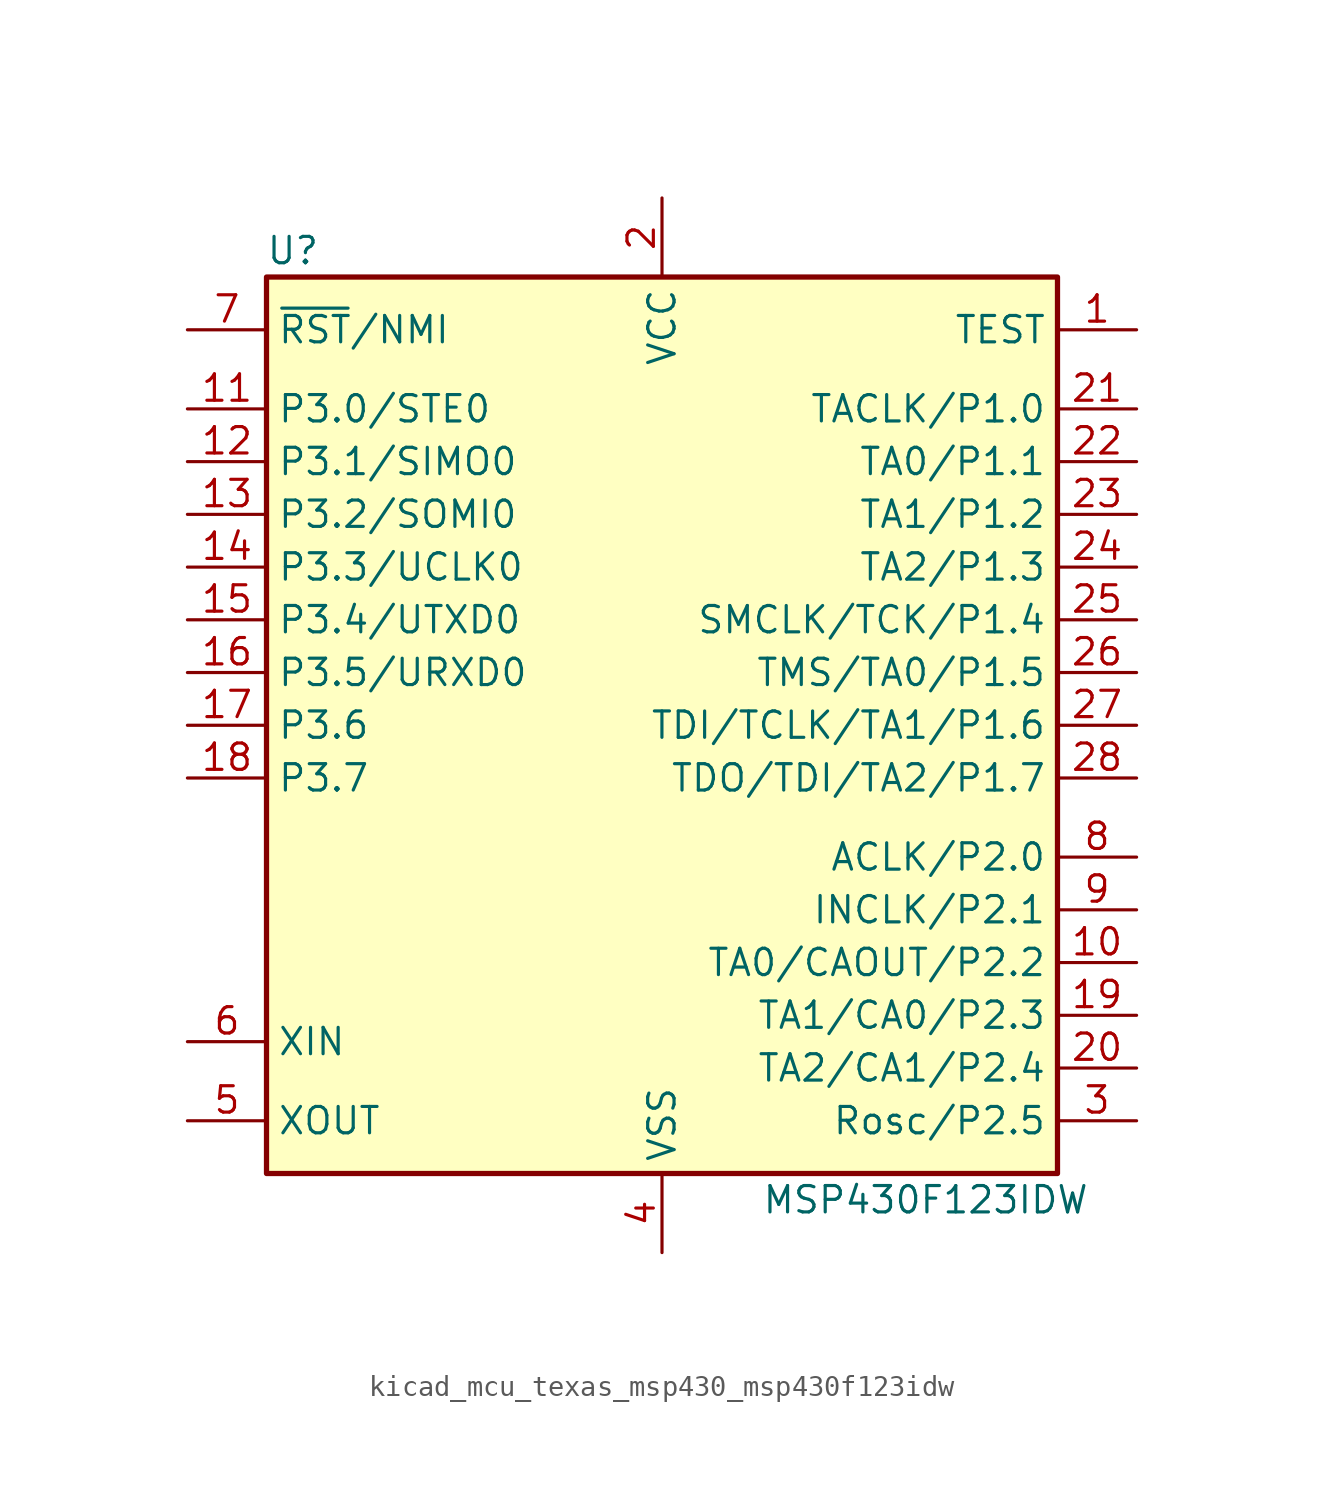
<source format=kicad_sym>
(kicad_symbol_lib
  (version 20220914)
  (generator kicad_symbol_editor)
  (symbol "kicad_mcu_texas_msp430_msp430f123idw"
    (property "Reference" "U"
      (at -17.78 22.86 0)
      (effects (font (size 1.27 1.27))))
    (property "Value" "MSP430F123IDW"
      (at 12.7 -22.86 0)
      (effects (font (size 1.27 1.27))))
    (symbol "kicad_mcu_texas_msp430_msp430f123idw_0_1"
      (rectangle (start -19.05 21.59) (end 19.05 -21.59) (stroke (width 0.254) (type default)) (fill (type background))))
    (symbol "kicad_mcu_texas_msp430_msp430f123idw_1_1"
      (pin input line (at 22.86 19.05 180) (length 3.81) (name "TEST" (effects (font (size 1.27 1.27)))) (number "1" (effects (font (size 1.27 1.27)))))
      (pin bidirectional line (at 22.86 -11.43 180) (length 3.81) (name "TA0/CAOUT/P2.2" (effects (font (size 1.27 1.27)))) (number "10" (effects (font (size 1.27 1.27)))))
      (pin bidirectional line (at -22.86 15.24 0) (length 3.81) (name "P3.0/STE0" (effects (font (size 1.27 1.27)))) (number "11" (effects (font (size 1.27 1.27)))))
      (pin bidirectional line (at -22.86 12.7 0) (length 3.81) (name "P3.1/SIMO0" (effects (font (size 1.27 1.27)))) (number "12" (effects (font (size 1.27 1.27)))))
      (pin bidirectional line (at -22.86 10.16 0) (length 3.81) (name "P3.2/SOMI0" (effects (font (size 1.27 1.27)))) (number "13" (effects (font (size 1.27 1.27)))))
      (pin bidirectional line (at -22.86 7.62 0) (length 3.81) (name "P3.3/UCLK0" (effects (font (size 1.27 1.27)))) (number "14" (effects (font (size 1.27 1.27)))))
      (pin bidirectional line (at -22.86 5.08 0) (length 3.81) (name "P3.4/UTXD0" (effects (font (size 1.27 1.27)))) (number "15" (effects (font (size 1.27 1.27)))))
      (pin bidirectional line (at -22.86 2.54 0) (length 3.81) (name "P3.5/URXD0" (effects (font (size 1.27 1.27)))) (number "16" (effects (font (size 1.27 1.27)))))
      (pin bidirectional line (at -22.86 0 0) (length 3.81) (name "P3.6" (effects (font (size 1.27 1.27)))) (number "17" (effects (font (size 1.27 1.27)))))
      (pin bidirectional line (at -22.86 -2.54 0) (length 3.81) (name "P3.7" (effects (font (size 1.27 1.27)))) (number "18" (effects (font (size 1.27 1.27)))))
      (pin bidirectional line (at 22.86 -13.97 180) (length 3.81) (name "TA1/CA0/P2.3" (effects (font (size 1.27 1.27)))) (number "19" (effects (font (size 1.27 1.27)))))
      (pin power_in line (at 0 25.4 270) (length 3.81) (name "VCC" (effects (font (size 1.27 1.27)))) (number "2" (effects (font (size 1.27 1.27)))))
      (pin bidirectional line (at 22.86 -16.51 180) (length 3.81) (name "TA2/CA1/P2.4" (effects (font (size 1.27 1.27)))) (number "20" (effects (font (size 1.27 1.27)))))
      (pin bidirectional line (at 22.86 15.24 180) (length 3.81) (name "TACLK/P1.0" (effects (font (size 1.27 1.27)))) (number "21" (effects (font (size 1.27 1.27)))))
      (pin bidirectional line (at 22.86 12.7 180) (length 3.81) (name "TA0/P1.1" (effects (font (size 1.27 1.27)))) (number "22" (effects (font (size 1.27 1.27)))))
      (pin bidirectional line (at 22.86 10.16 180) (length 3.81) (name "TA1/P1.2" (effects (font (size 1.27 1.27)))) (number "23" (effects (font (size 1.27 1.27)))))
      (pin bidirectional line (at 22.86 7.62 180) (length 3.81) (name "TA2/P1.3" (effects (font (size 1.27 1.27)))) (number "24" (effects (font (size 1.27 1.27)))))
      (pin bidirectional line (at 22.86 5.08 180) (length 3.81) (name "SMCLK/TCK/P1.4" (effects (font (size 1.27 1.27)))) (number "25" (effects (font (size 1.27 1.27)))))
      (pin bidirectional line (at 22.86 2.54 180) (length 3.81) (name "TMS/TA0/P1.5" (effects (font (size 1.27 1.27)))) (number "26" (effects (font (size 1.27 1.27)))))
      (pin bidirectional line (at 22.86 0 180) (length 3.81) (name "TDI/TCLK/TA1/P1.6" (effects (font (size 1.27 1.27)))) (number "27" (effects (font (size 1.27 1.27)))))
      (pin bidirectional line (at 22.86 -2.54 180) (length 3.81) (name "TDO/TDI/TA2/P1.7" (effects (font (size 1.27 1.27)))) (number "28" (effects (font (size 1.27 1.27)))))
      (pin bidirectional line (at 22.86 -19.05 180) (length 3.81) (name "Rosc/P2.5" (effects (font (size 1.27 1.27)))) (number "3" (effects (font (size 1.27 1.27)))))
      (pin power_in line (at 0 -25.4 90) (length 3.81) (name "VSS" (effects (font (size 1.27 1.27)))) (number "4" (effects (font (size 1.27 1.27)))))
      (pin output line (at -22.86 -19.05 0) (length 3.81) (name "XOUT" (effects (font (size 1.27 1.27)))) (number "5" (effects (font (size 1.27 1.27)))))
      (pin input line (at -22.86 -15.24 0) (length 3.81) (name "XIN" (effects (font (size 1.27 1.27)))) (number "6" (effects (font (size 1.27 1.27)))))
      (pin input line (at -22.86 19.05 0) (length 3.81) (name "~{RST}/NMI" (effects (font (size 1.27 1.27)))) (number "7" (effects (font (size 1.27 1.27)))))
      (pin bidirectional line (at 22.86 -6.35 180) (length 3.81) (name "ACLK/P2.0" (effects (font (size 1.27 1.27)))) (number "8" (effects (font (size 1.27 1.27)))))
      (pin bidirectional line (at 22.86 -8.89 180) (length 3.81) (name "INCLK/P2.1" (effects (font (size 1.27 1.27)))) (number "9" (effects (font (size 1.27 1.27))))))))
</source>
